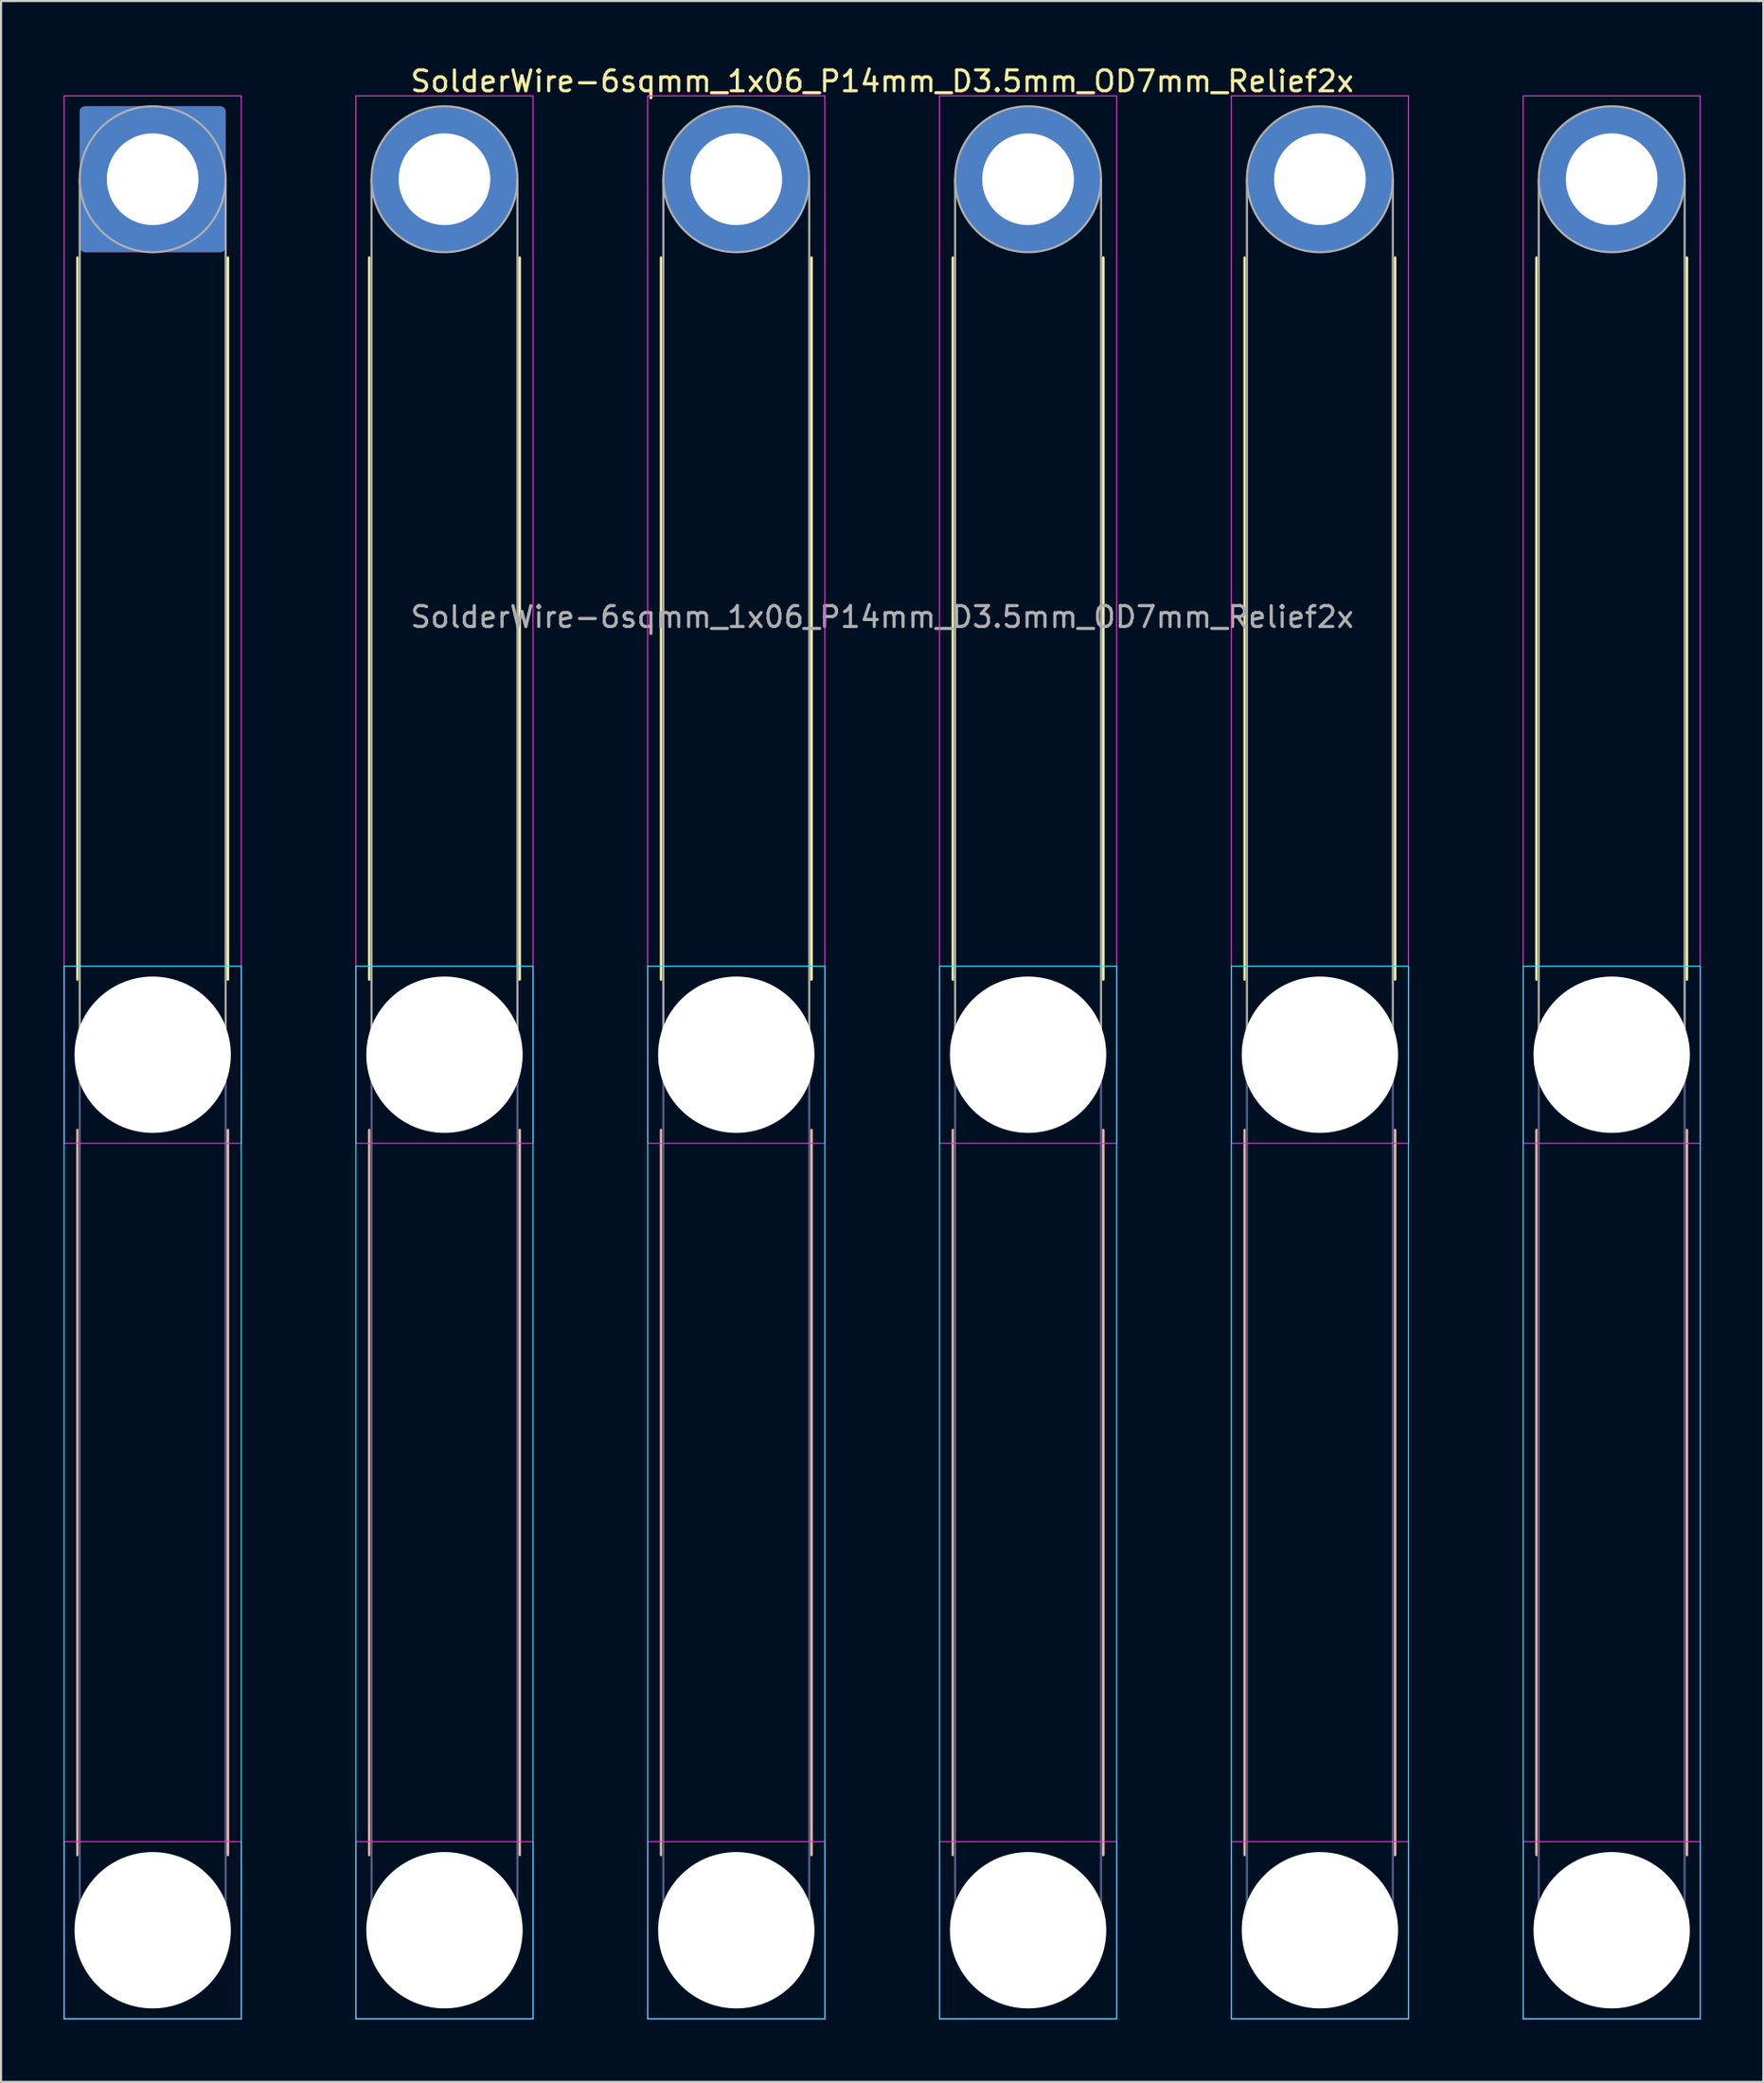
<source format=kicad_pcb>
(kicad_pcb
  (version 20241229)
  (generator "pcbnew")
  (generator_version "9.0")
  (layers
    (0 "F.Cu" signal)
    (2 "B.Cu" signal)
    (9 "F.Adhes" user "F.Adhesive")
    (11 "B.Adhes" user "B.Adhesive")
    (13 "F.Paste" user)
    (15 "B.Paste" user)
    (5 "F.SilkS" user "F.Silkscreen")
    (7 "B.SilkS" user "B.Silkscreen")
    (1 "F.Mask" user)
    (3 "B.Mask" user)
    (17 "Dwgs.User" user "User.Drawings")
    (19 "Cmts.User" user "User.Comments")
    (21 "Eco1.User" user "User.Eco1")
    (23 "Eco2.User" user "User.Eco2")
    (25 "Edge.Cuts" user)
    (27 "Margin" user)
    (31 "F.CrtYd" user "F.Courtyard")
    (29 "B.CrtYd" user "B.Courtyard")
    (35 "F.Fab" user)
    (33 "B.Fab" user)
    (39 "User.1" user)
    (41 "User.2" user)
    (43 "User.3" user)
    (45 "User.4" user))
  (footprint "SolderWire-6sqmm_1x06_P14mm_D3.5mm_OD7mm_Relief2x"
    (layer "F.Cu")
    (at 4.275 5.548)
    (property "Reference" "SolderWire-6sqmm_1x06_P14mm_D3.5mm_OD7mm_Relief2x" (at 35 -4.7 0) (layer "F.SilkS") (effects (font (size 1 1) (thickness 0.15))))
    (attr exclude_from_pos_files exclude_from_bom)
    (fp_line (start -3.61 3.76) (end -3.61 38.39) (stroke (width 0.12) (type solid)) (layer "F.SilkS"))
    (fp_line (start 3.61 3.76) (end 3.61 38.39) (stroke (width 0.12) (type solid)) (layer "F.SilkS"))
    (fp_line (start 10.39 3.76) (end 10.39 38.39) (stroke (width 0.12) (type solid)) (layer "F.SilkS"))
    (fp_line (start 17.61 3.76) (end 17.61 38.39) (stroke (width 0.12) (type solid)) (layer "F.SilkS"))
    (fp_line (start 24.39 3.76) (end 24.39 38.39) (stroke (width 0.12) (type solid)) (layer "F.SilkS"))
    (fp_line (start 31.61 3.76) (end 31.61 38.39) (stroke (width 0.12) (type solid)) (layer "F.SilkS"))
    (fp_line (start 38.39 3.76) (end 38.39 38.39) (stroke (width 0.12) (type solid)) (layer "F.SilkS"))
    (fp_line (start 45.61 3.76) (end 45.61 38.39) (stroke (width 0.12) (type solid)) (layer "F.SilkS"))
    (fp_line (start 52.39 3.76) (end 52.39 38.39) (stroke (width 0.12) (type solid)) (layer "F.SilkS"))
    (fp_line (start 59.61 3.76) (end 59.61 38.39) (stroke (width 0.12) (type solid)) (layer "F.SilkS"))
    (fp_line (start 66.39 3.76) (end 66.39 38.39) (stroke (width 0.12) (type solid)) (layer "F.SilkS"))
    (fp_line (start 73.61 3.76) (end 73.61 38.39) (stroke (width 0.12) (type solid)) (layer "F.SilkS"))
    (fp_line (start -3.61 45.61) (end -3.61 80.39) (stroke (width 0.12) (type solid)) (layer "B.SilkS"))
    (fp_line (start 3.61 45.61) (end 3.61 80.39) (stroke (width 0.12) (type solid)) (layer "B.SilkS"))
    (fp_line (start 10.39 45.61) (end 10.39 80.39) (stroke (width 0.12) (type solid)) (layer "B.SilkS"))
    (fp_line (start 17.61 45.61) (end 17.61 80.39) (stroke (width 0.12) (type solid)) (layer "B.SilkS"))
    (fp_line (start 24.39 45.61) (end 24.39 80.39) (stroke (width 0.12) (type solid)) (layer "B.SilkS"))
    (fp_line (start 31.61 45.61) (end 31.61 80.39) (stroke (width 0.12) (type solid)) (layer "B.SilkS"))
    (fp_line (start 38.39 45.61) (end 38.39 80.39) (stroke (width 0.12) (type solid)) (layer "B.SilkS"))
    (fp_line (start 45.61 45.61) (end 45.61 80.39) (stroke (width 0.12) (type solid)) (layer "B.SilkS"))
    (fp_line (start 52.39 45.61) (end 52.39 80.39) (stroke (width 0.12) (type solid)) (layer "B.SilkS"))
    (fp_line (start 59.61 45.61) (end 59.61 80.39) (stroke (width 0.12) (type solid)) (layer "B.SilkS"))
    (fp_line (start 66.39 45.61) (end 66.39 80.39) (stroke (width 0.12) (type solid)) (layer "B.SilkS"))
    (fp_line (start 73.61 45.61) (end 73.61 80.39) (stroke (width 0.12) (type solid)) (layer "B.SilkS"))
    (fp_line (start -4.25 37.75) (end -4.25 88.25) (stroke (width 0.05) (type solid)) (layer "B.CrtYd"))
    (fp_line (start -4.25 88.25) (end 4.25 88.25) (stroke (width 0.05) (type solid)) (layer "B.CrtYd"))
    (fp_line (start 4.25 37.75) (end -4.25 37.75) (stroke (width 0.05) (type solid)) (layer "B.CrtYd"))
    (fp_line (start 4.25 88.25) (end 4.25 37.75) (stroke (width 0.05) (type solid)) (layer "B.CrtYd"))
    (fp_line (start 9.75 37.75) (end 9.75 88.25) (stroke (width 0.05) (type solid)) (layer "B.CrtYd"))
    (fp_line (start 9.75 88.25) (end 18.25 88.25) (stroke (width 0.05) (type solid)) (layer "B.CrtYd"))
    (fp_line (start 18.25 37.75) (end 9.75 37.75) (stroke (width 0.05) (type solid)) (layer "B.CrtYd"))
    (fp_line (start 18.25 88.25) (end 18.25 37.75) (stroke (width 0.05) (type solid)) (layer "B.CrtYd"))
    (fp_line (start 23.75 37.75) (end 23.75 88.25) (stroke (width 0.05) (type solid)) (layer "B.CrtYd"))
    (fp_line (start 23.75 88.25) (end 32.25 88.25) (stroke (width 0.05) (type solid)) (layer "B.CrtYd"))
    (fp_line (start 32.25 37.75) (end 23.75 37.75) (stroke (width 0.05) (type solid)) (layer "B.CrtYd"))
    (fp_line (start 32.25 88.25) (end 32.25 37.75) (stroke (width 0.05) (type solid)) (layer "B.CrtYd"))
    (fp_line (start 37.75 37.75) (end 37.75 88.25) (stroke (width 0.05) (type solid)) (layer "B.CrtYd"))
    (fp_line (start 37.75 88.25) (end 46.25 88.25) (stroke (width 0.05) (type solid)) (layer "B.CrtYd"))
    (fp_line (start 46.25 37.75) (end 37.75 37.75) (stroke (width 0.05) (type solid)) (layer "B.CrtYd"))
    (fp_line (start 46.25 88.25) (end 46.25 37.75) (stroke (width 0.05) (type solid)) (layer "B.CrtYd"))
    (fp_line (start 51.75 37.75) (end 51.75 88.25) (stroke (width 0.05) (type solid)) (layer "B.CrtYd"))
    (fp_line (start 51.75 88.25) (end 60.25 88.25) (stroke (width 0.05) (type solid)) (layer "B.CrtYd"))
    (fp_line (start 60.25 37.75) (end 51.75 37.75) (stroke (width 0.05) (type solid)) (layer "B.CrtYd"))
    (fp_line (start 60.25 88.25) (end 60.25 37.75) (stroke (width 0.05) (type solid)) (layer "B.CrtYd"))
    (fp_line (start 65.75 37.75) (end 65.75 88.25) (stroke (width 0.05) (type solid)) (layer "B.CrtYd"))
    (fp_line (start 65.75 88.25) (end 74.25 88.25) (stroke (width 0.05) (type solid)) (layer "B.CrtYd"))
    (fp_line (start 74.25 37.75) (end 65.75 37.75) (stroke (width 0.05) (type solid)) (layer "B.CrtYd"))
    (fp_line (start 74.25 88.25) (end 74.25 37.75) (stroke (width 0.05) (type solid)) (layer "B.CrtYd"))
    (fp_line (start -4.25 -4) (end -4.25 46.25) (stroke (width 0.05) (type solid)) (layer "F.CrtYd"))
    (fp_line (start -4.25 46.25) (end 4.25 46.25) (stroke (width 0.05) (type solid)) (layer "F.CrtYd"))
    (fp_line (start -4.25 79.75) (end -4.25 88.25) (stroke (width 0.05) (type solid)) (layer "F.CrtYd"))
    (fp_line (start -4.25 88.25) (end 4.25 88.25) (stroke (width 0.05) (type solid)) (layer "F.CrtYd"))
    (fp_line (start 4.25 -4) (end -4.25 -4) (stroke (width 0.05) (type solid)) (layer "F.CrtYd"))
    (fp_line (start 4.25 46.25) (end 4.25 -4) (stroke (width 0.05) (type solid)) (layer "F.CrtYd"))
    (fp_line (start 4.25 79.75) (end -4.25 79.75) (stroke (width 0.05) (type solid)) (layer "F.CrtYd"))
    (fp_line (start 4.25 88.25) (end 4.25 79.75) (stroke (width 0.05) (type solid)) (layer "F.CrtYd"))
    (fp_line (start 9.75 -4) (end 9.75 46.25) (stroke (width 0.05) (type solid)) (layer "F.CrtYd"))
    (fp_line (start 9.75 46.25) (end 18.25 46.25) (stroke (width 0.05) (type solid)) (layer "F.CrtYd"))
    (fp_line (start 9.75 79.75) (end 9.75 88.25) (stroke (width 0.05) (type solid)) (layer "F.CrtYd"))
    (fp_line (start 9.75 88.25) (end 18.25 88.25) (stroke (width 0.05) (type solid)) (layer "F.CrtYd"))
    (fp_line (start 18.25 -4) (end 9.75 -4) (stroke (width 0.05) (type solid)) (layer "F.CrtYd"))
    (fp_line (start 18.25 46.25) (end 18.25 -4) (stroke (width 0.05) (type solid)) (layer "F.CrtYd"))
    (fp_line (start 18.25 79.75) (end 9.75 79.75) (stroke (width 0.05) (type solid)) (layer "F.CrtYd"))
    (fp_line (start 18.25 88.25) (end 18.25 79.75) (stroke (width 0.05) (type solid)) (layer "F.CrtYd"))
    (fp_line (start 23.75 -4) (end 23.75 46.25) (stroke (width 0.05) (type solid)) (layer "F.CrtYd"))
    (fp_line (start 23.75 46.25) (end 32.25 46.25) (stroke (width 0.05) (type solid)) (layer "F.CrtYd"))
    (fp_line (start 23.75 79.75) (end 23.75 88.25) (stroke (width 0.05) (type solid)) (layer "F.CrtYd"))
    (fp_line (start 23.75 88.25) (end 32.25 88.25) (stroke (width 0.05) (type solid)) (layer "F.CrtYd"))
    (fp_line (start 32.25 -4) (end 23.75 -4) (stroke (width 0.05) (type solid)) (layer "F.CrtYd"))
    (fp_line (start 32.25 46.25) (end 32.25 -4) (stroke (width 0.05) (type solid)) (layer "F.CrtYd"))
    (fp_line (start 32.25 79.75) (end 23.75 79.75) (stroke (width 0.05) (type solid)) (layer "F.CrtYd"))
    (fp_line (start 32.25 88.25) (end 32.25 79.75) (stroke (width 0.05) (type solid)) (layer "F.CrtYd"))
    (fp_line (start 37.75 -4) (end 37.75 46.25) (stroke (width 0.05) (type solid)) (layer "F.CrtYd"))
    (fp_line (start 37.75 46.25) (end 46.25 46.25) (stroke (width 0.05) (type solid)) (layer "F.CrtYd"))
    (fp_line (start 37.75 79.75) (end 37.75 88.25) (stroke (width 0.05) (type solid)) (layer "F.CrtYd"))
    (fp_line (start 37.75 88.25) (end 46.25 88.25) (stroke (width 0.05) (type solid)) (layer "F.CrtYd"))
    (fp_line (start 46.25 -4) (end 37.75 -4) (stroke (width 0.05) (type solid)) (layer "F.CrtYd"))
    (fp_line (start 46.25 46.25) (end 46.25 -4) (stroke (width 0.05) (type solid)) (layer "F.CrtYd"))
    (fp_line (start 46.25 79.75) (end 37.75 79.75) (stroke (width 0.05) (type solid)) (layer "F.CrtYd"))
    (fp_line (start 46.25 88.25) (end 46.25 79.75) (stroke (width 0.05) (type solid)) (layer "F.CrtYd"))
    (fp_line (start 51.75 -4) (end 51.75 46.25) (stroke (width 0.05) (type solid)) (layer "F.CrtYd"))
    (fp_line (start 51.75 46.25) (end 60.25 46.25) (stroke (width 0.05) (type solid)) (layer "F.CrtYd"))
    (fp_line (start 51.75 79.75) (end 51.75 88.25) (stroke (width 0.05) (type solid)) (layer "F.CrtYd"))
    (fp_line (start 51.75 88.25) (end 60.25 88.25) (stroke (width 0.05) (type solid)) (layer "F.CrtYd"))
    (fp_line (start 60.25 -4) (end 51.75 -4) (stroke (width 0.05) (type solid)) (layer "F.CrtYd"))
    (fp_line (start 60.25 46.25) (end 60.25 -4) (stroke (width 0.05) (type solid)) (layer "F.CrtYd"))
    (fp_line (start 60.25 79.75) (end 51.75 79.75) (stroke (width 0.05) (type solid)) (layer "F.CrtYd"))
    (fp_line (start 60.25 88.25) (end 60.25 79.75) (stroke (width 0.05) (type solid)) (layer "F.CrtYd"))
    (fp_line (start 65.75 -4) (end 65.75 46.25) (stroke (width 0.05) (type solid)) (layer "F.CrtYd"))
    (fp_line (start 65.75 46.25) (end 74.25 46.25) (stroke (width 0.05) (type solid)) (layer "F.CrtYd"))
    (fp_line (start 65.75 79.75) (end 65.75 88.25) (stroke (width 0.05) (type solid)) (layer "F.CrtYd"))
    (fp_line (start 65.75 88.25) (end 74.25 88.25) (stroke (width 0.05) (type solid)) (layer "F.CrtYd"))
    (fp_line (start 74.25 -4) (end 65.75 -4) (stroke (width 0.05) (type solid)) (layer "F.CrtYd"))
    (fp_line (start 74.25 46.25) (end 74.25 -4) (stroke (width 0.05) (type solid)) (layer "F.CrtYd"))
    (fp_line (start 74.25 79.75) (end 65.75 79.75) (stroke (width 0.05) (type solid)) (layer "F.CrtYd"))
    (fp_line (start 74.25 88.25) (end 74.25 79.75) (stroke (width 0.05) (type solid)) (layer "F.CrtYd"))
    (fp_line (start -3.5 42) (end -3.5 84) (stroke (width 0.1) (type solid)) (layer "B.Fab"))
    (fp_line (start 3.5 42) (end 3.5 84) (stroke (width 0.1) (type solid)) (layer "B.Fab"))
    (fp_line (start 10.5 42) (end 10.5 84) (stroke (width 0.1) (type solid)) (layer "B.Fab"))
    (fp_line (start 17.5 42) (end 17.5 84) (stroke (width 0.1) (type solid)) (layer "B.Fab"))
    (fp_line (start 24.5 42) (end 24.5 84) (stroke (width 0.1) (type solid)) (layer "B.Fab"))
    (fp_line (start 31.5 42) (end 31.5 84) (stroke (width 0.1) (type solid)) (layer "B.Fab"))
    (fp_line (start 38.5 42) (end 38.5 84) (stroke (width 0.1) (type solid)) (layer "B.Fab"))
    (fp_line (start 45.5 42) (end 45.5 84) (stroke (width 0.1) (type solid)) (layer "B.Fab"))
    (fp_line (start 52.5 42) (end 52.5 84) (stroke (width 0.1) (type solid)) (layer "B.Fab"))
    (fp_line (start 59.5 42) (end 59.5 84) (stroke (width 0.1) (type solid)) (layer "B.Fab"))
    (fp_line (start 66.5 42) (end 66.5 84) (stroke (width 0.1) (type solid)) (layer "B.Fab"))
    (fp_line (start 73.5 42) (end 73.5 84) (stroke (width 0.1) (type solid)) (layer "B.Fab"))
    (fp_circle (center 0 42) (end 3.5 42) (stroke (width 0.1) (type solid)) (fill no) (layer "B.Fab"))
    (fp_circle (center 0 84) (end 3.5 84) (stroke (width 0.1) (type solid)) (fill no) (layer "B.Fab"))
    (fp_circle (center 14 42) (end 17.5 42) (stroke (width 0.1) (type solid)) (fill no) (layer "B.Fab"))
    (fp_circle (center 14 84) (end 17.5 84) (stroke (width 0.1) (type solid)) (fill no) (layer "B.Fab"))
    (fp_circle (center 28 42) (end 31.5 42) (stroke (width 0.1) (type solid)) (fill no) (layer "B.Fab"))
    (fp_circle (center 28 84) (end 31.5 84) (stroke (width 0.1) (type solid)) (fill no) (layer "B.Fab"))
    (fp_circle (center 42 42) (end 45.5 42) (stroke (width 0.1) (type solid)) (fill no) (layer "B.Fab"))
    (fp_circle (center 42 84) (end 45.5 84) (stroke (width 0.1) (type solid)) (fill no) (layer "B.Fab"))
    (fp_circle (center 56 42) (end 59.5 42) (stroke (width 0.1) (type solid)) (fill no) (layer "B.Fab"))
    (fp_circle (center 56 84) (end 59.5 84) (stroke (width 0.1) (type solid)) (fill no) (layer "B.Fab"))
    (fp_circle (center 70 42) (end 73.5 42) (stroke (width 0.1) (type solid)) (fill no) (layer "B.Fab"))
    (fp_circle (center 70 84) (end 73.5 84) (stroke (width 0.1) (type solid)) (fill no) (layer "B.Fab"))
    (fp_line (start -3.5 0) (end -3.5 42) (stroke (width 0.1) (type solid)) (layer "F.Fab"))
    (fp_line (start 3.5 0) (end 3.5 42) (stroke (width 0.1) (type solid)) (layer "F.Fab"))
    (fp_line (start 10.5 0) (end 10.5 42) (stroke (width 0.1) (type solid)) (layer "F.Fab"))
    (fp_line (start 17.5 0) (end 17.5 42) (stroke (width 0.1) (type solid)) (layer "F.Fab"))
    (fp_line (start 24.5 0) (end 24.5 42) (stroke (width 0.1) (type solid)) (layer "F.Fab"))
    (fp_line (start 31.5 0) (end 31.5 42) (stroke (width 0.1) (type solid)) (layer "F.Fab"))
    (fp_line (start 38.5 0) (end 38.5 42) (stroke (width 0.1) (type solid)) (layer "F.Fab"))
    (fp_line (start 45.5 0) (end 45.5 42) (stroke (width 0.1) (type solid)) (layer "F.Fab"))
    (fp_line (start 52.5 0) (end 52.5 42) (stroke (width 0.1) (type solid)) (layer "F.Fab"))
    (fp_line (start 59.5 0) (end 59.5 42) (stroke (width 0.1) (type solid)) (layer "F.Fab"))
    (fp_line (start 66.5 0) (end 66.5 42) (stroke (width 0.1) (type solid)) (layer "F.Fab"))
    (fp_line (start 73.5 0) (end 73.5 42) (stroke (width 0.1) (type solid)) (layer "F.Fab"))
    (fp_circle (center 0 0) (end 3.5 0) (stroke (width 0.1) (type solid)) (fill no) (layer "F.Fab"))
    (fp_circle (center 0 42) (end 3.5 42) (stroke (width 0.1) (type solid)) (fill no) (layer "F.Fab"))
    (fp_circle (center 0 84) (end 3.5 84) (stroke (width 0.1) (type solid)) (fill no) (layer "F.Fab"))
    (fp_circle (center 14 0) (end 17.5 0) (stroke (width 0.1) (type solid)) (fill no) (layer "F.Fab"))
    (fp_circle (center 14 42) (end 17.5 42) (stroke (width 0.1) (type solid)) (fill no) (layer "F.Fab"))
    (fp_circle (center 14 84) (end 17.5 84) (stroke (width 0.1) (type solid)) (fill no) (layer "F.Fab"))
    (fp_circle (center 28 0) (end 31.5 0) (stroke (width 0.1) (type solid)) (fill no) (layer "F.Fab"))
    (fp_circle (center 28 42) (end 31.5 42) (stroke (width 0.1) (type solid)) (fill no) (layer "F.Fab"))
    (fp_circle (center 28 84) (end 31.5 84) (stroke (width 0.1) (type solid)) (fill no) (layer "F.Fab"))
    (fp_circle (center 42 0) (end 45.5 0) (stroke (width 0.1) (type solid)) (fill no) (layer "F.Fab"))
    (fp_circle (center 42 42) (end 45.5 42) (stroke (width 0.1) (type solid)) (fill no) (layer "F.Fab"))
    (fp_circle (center 42 84) (end 45.5 84) (stroke (width 0.1) (type solid)) (fill no) (layer "F.Fab"))
    (fp_circle (center 56 0) (end 59.5 0) (stroke (width 0.1) (type solid)) (fill no) (layer "F.Fab"))
    (fp_circle (center 56 42) (end 59.5 42) (stroke (width 0.1) (type solid)) (fill no) (layer "F.Fab"))
    (fp_circle (center 56 84) (end 59.5 84) (stroke (width 0.1) (type solid)) (fill no) (layer "F.Fab"))
    (fp_circle (center 70 0) (end 73.5 0) (stroke (width 0.1) (type solid)) (fill no) (layer "F.Fab"))
    (fp_circle (center 70 42) (end 73.5 42) (stroke (width 0.1) (type solid)) (fill no) (layer "F.Fab"))
    (fp_circle (center 70 84) (end 73.5 84) (stroke (width 0.1) (type solid)) (fill no) (layer "F.Fab"))
    (fp_text user "${REFERENCE}" (at 35 21 0) (layer "F.Fab") (effects (font (size 1 1) (thickness 0.15))))
    (pad "" np_thru_hole circle (at 0 42) (size 7.5 7.5) (drill 7.5) (layers "*.Cu" "*.Mask"))
    (pad "" np_thru_hole circle (at 0 84) (size 7.5 7.5) (drill 7.5) (layers "*.Cu" "*.Mask"))
    (pad "" np_thru_hole circle (at 14 42) (size 7.5 7.5) (drill 7.5) (layers "*.Cu" "*.Mask"))
    (pad "" np_thru_hole circle (at 14 84) (size 7.5 7.5) (drill 7.5) (layers "*.Cu" "*.Mask"))
    (pad "" np_thru_hole circle (at 28 42) (size 7.5 7.5) (drill 7.5) (layers "*.Cu" "*.Mask"))
    (pad "" np_thru_hole circle (at 28 84) (size 7.5 7.5) (drill 7.5) (layers "*.Cu" "*.Mask"))
    (pad "" np_thru_hole circle (at 42 42) (size 7.5 7.5) (drill 7.5) (layers "*.Cu" "*.Mask"))
    (pad "" np_thru_hole circle (at 42 84) (size 7.5 7.5) (drill 7.5) (layers "*.Cu" "*.Mask"))
    (pad "" np_thru_hole circle (at 56 42) (size 7.5 7.5) (drill 7.5) (layers "*.Cu" "*.Mask"))
    (pad "" np_thru_hole circle (at 56 84) (size 7.5 7.5) (drill 7.5) (layers "*.Cu" "*.Mask"))
    (pad "" np_thru_hole circle (at 70 42) (size 7.5 7.5) (drill 7.5) (layers "*.Cu" "*.Mask"))
    (pad "" np_thru_hole circle (at 70 84) (size 7.5 7.5) (drill 7.5) (layers "*.Cu" "*.Mask"))
    (pad "1" thru_hole roundrect (at 0 0) (size 7 7) (drill 4.4) (layers "*.Cu" "*.Mask") (roundrect_rratio 0.036))
    (pad "2" thru_hole circle (at 14 0) (size 7 7) (drill 4.4) (layers "*.Cu" "*.Mask"))
    (pad "3" thru_hole circle (at 28 0) (size 7 7) (drill 4.4) (layers "*.Cu" "*.Mask"))
    (pad "4" thru_hole circle (at 42 0) (size 7 7) (drill 4.4) (layers "*.Cu" "*.Mask"))
    (pad "5" thru_hole circle (at 56 0) (size 7 7) (drill 4.4) (layers "*.Cu" "*.Mask"))
    (pad "6" thru_hole circle (at 70 0) (size 7 7) (drill 4.4) (layers "*.Cu" "*.Mask")))
  (gr_rect
    (start -3 -3)
    (end 81.55 96.823)
    (stroke (width 0.1) (type default))
    (fill no)
    (layer "Edge.Cuts")))
</source>
